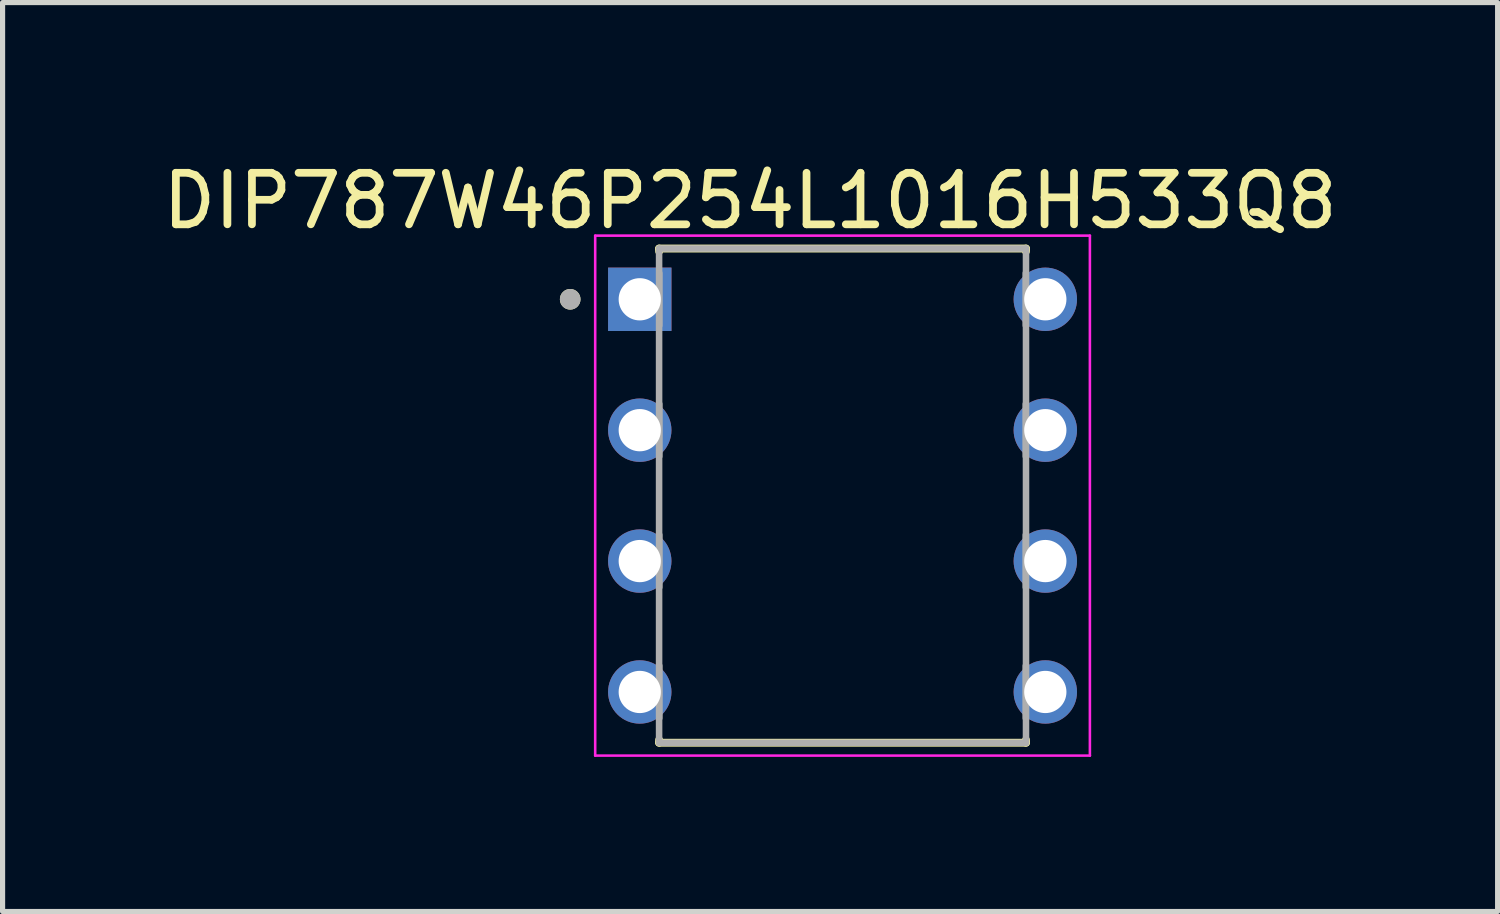
<source format=kicad_pcb>
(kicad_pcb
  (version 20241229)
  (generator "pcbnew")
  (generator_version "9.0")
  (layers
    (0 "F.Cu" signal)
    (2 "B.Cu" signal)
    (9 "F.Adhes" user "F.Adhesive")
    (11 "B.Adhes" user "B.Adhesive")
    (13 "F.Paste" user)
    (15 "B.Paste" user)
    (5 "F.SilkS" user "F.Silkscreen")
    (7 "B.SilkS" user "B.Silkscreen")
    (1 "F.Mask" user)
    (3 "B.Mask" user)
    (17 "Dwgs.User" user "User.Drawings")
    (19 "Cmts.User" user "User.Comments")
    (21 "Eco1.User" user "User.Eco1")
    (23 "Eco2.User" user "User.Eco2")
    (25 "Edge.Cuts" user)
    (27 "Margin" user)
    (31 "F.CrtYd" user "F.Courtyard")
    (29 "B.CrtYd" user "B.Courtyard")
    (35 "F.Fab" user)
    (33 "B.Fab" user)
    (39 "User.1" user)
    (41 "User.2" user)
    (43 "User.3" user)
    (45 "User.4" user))
  (footprint "DIP787W46P254L1016H533Q8"
    (layer "F.Cu")
    (at 13.3 6.568)
    (property "Reference" "DIP787W46P254L1016H533Q8" (at -1.794 -5.72 0) (layer "F.SilkS") (effects (font (size 1 1) (thickness 0.15))))
    (attr through_hole)
    (fp_line (start -3.56 -4.795) (end -3.56 -4.74) (stroke (width 0.152) (type solid)) (layer "F.SilkS"))
    (fp_line (start -3.56 4.74) (end -3.56 4.795) (stroke (width 0.152) (type solid)) (layer "F.SilkS"))
    (fp_line (start -3.56 4.795) (end 3.56 4.795) (stroke (width 0.152) (type solid)) (layer "F.SilkS"))
    (fp_line (start 3.56 -4.795) (end -3.56 -4.795) (stroke (width 0.152) (type solid)) (layer "F.SilkS"))
    (fp_line (start 3.56 -4.74) (end 3.56 -4.795) (stroke (width 0.152) (type solid)) (layer "F.SilkS"))
    (fp_line (start 3.56 4.795) (end 3.56 4.74) (stroke (width 0.152) (type solid)) (layer "F.SilkS"))
    (fp_circle (center -5.285 -3.81) (end -5.185 -3.81) (stroke (width 0.2) (type solid)) (fill no) (layer "F.SilkS"))
    (fp_line (start -4.8 -5.045) (end 4.8 -5.045) (stroke (width 0.05) (type solid)) (layer "F.CrtYd"))
    (fp_line (start -4.8 5.045) (end -4.8 -5.045) (stroke (width 0.05) (type solid)) (layer "F.CrtYd"))
    (fp_line (start 4.8 -5.045) (end 4.8 5.045) (stroke (width 0.05) (type solid)) (layer "F.CrtYd"))
    (fp_line (start 4.8 5.045) (end -4.8 5.045) (stroke (width 0.05) (type solid)) (layer "F.CrtYd"))
    (fp_line (start -3.56 -4.795) (end -3.56 4.795) (stroke (width 0.127) (type solid)) (layer "F.Fab"))
    (fp_line (start -3.56 4.795) (end 3.56 4.795) (stroke (width 0.127) (type solid)) (layer "F.Fab"))
    (fp_line (start -3.556 -3.302) (end -3.556 -4.318) (stroke (width 0.127) (type solid)) (layer "F.Fab"))
    (fp_line (start -3.556 -0.762) (end -3.556 -1.778) (stroke (width 0.127) (type solid)) (layer "F.Fab"))
    (fp_line (start -3.556 1.778) (end -3.556 0.762) (stroke (width 0.127) (type solid)) (layer "F.Fab"))
    (fp_line (start -3.556 4.318) (end -3.556 3.302) (stroke (width 0.127) (type solid)) (layer "F.Fab"))
    (fp_line (start 3.556 -4.318) (end 3.556 -3.302) (stroke (width 0.127) (type solid)) (layer "F.Fab"))
    (fp_line (start 3.556 -1.778) (end 3.556 -0.762) (stroke (width 0.127) (type solid)) (layer "F.Fab"))
    (fp_line (start 3.556 0.762) (end 3.556 1.778) (stroke (width 0.127) (type solid)) (layer "F.Fab"))
    (fp_line (start 3.556 3.302) (end 3.556 4.318) (stroke (width 0.127) (type solid)) (layer "F.Fab"))
    (fp_line (start 3.56 -4.795) (end -3.56 -4.795) (stroke (width 0.127) (type solid)) (layer "F.Fab"))
    (fp_line (start 3.56 4.795) (end 3.56 -4.795) (stroke (width 0.127) (type solid)) (layer "F.Fab"))
    (fp_circle (center -5.285 -3.81) (end -5.185 -3.81) (stroke (width 0.2) (type solid)) (fill no) (layer "F.Fab"))
    (pad "1" thru_hole rect (at -3.935 -3.81) (size 1.23 1.23) (drill 0.82) (layers "*.Cu" "*.Mask"))
    (pad "2" thru_hole circle (at -3.935 -1.27) (size 1.23 1.23) (drill 0.82) (layers "*.Cu" "*.Mask"))
    (pad "3" thru_hole circle (at -3.935 1.27) (size 1.23 1.23) (drill 0.82) (layers "*.Cu" "*.Mask"))
    (pad "4" thru_hole circle (at -3.935 3.81) (size 1.23 1.23) (drill 0.82) (layers "*.Cu" "*.Mask"))
    (pad "5" thru_hole circle (at 3.935 3.81) (size 1.23 1.23) (drill 0.82) (layers "*.Cu" "*.Mask"))
    (pad "6" thru_hole circle (at 3.935 1.27) (size 1.23 1.23) (drill 0.82) (layers "*.Cu" "*.Mask"))
    (pad "7" thru_hole circle (at 3.935 -1.27) (size 1.23 1.23) (drill 0.82) (layers "*.Cu" "*.Mask"))
    (pad "8" thru_hole circle (at 3.935 -3.81) (size 1.23 1.23) (drill 0.82) (layers "*.Cu" "*.Mask")))
  (gr_rect
    (start -3 -3)
    (end 26.012 14.638)
    (stroke (width 0.1) (type default))
    (fill no)
    (layer "Edge.Cuts")))
</source>
